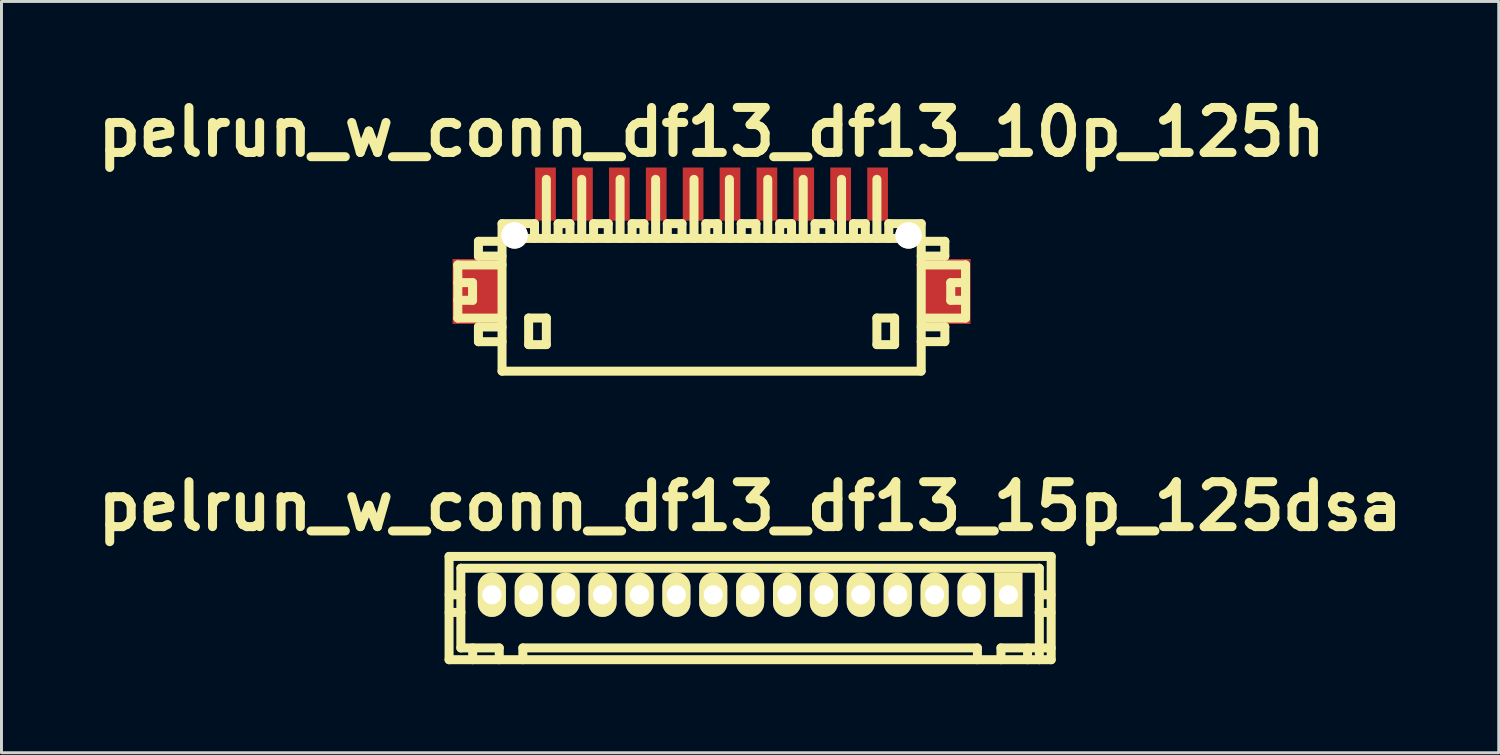
<source format=kicad_pcb>
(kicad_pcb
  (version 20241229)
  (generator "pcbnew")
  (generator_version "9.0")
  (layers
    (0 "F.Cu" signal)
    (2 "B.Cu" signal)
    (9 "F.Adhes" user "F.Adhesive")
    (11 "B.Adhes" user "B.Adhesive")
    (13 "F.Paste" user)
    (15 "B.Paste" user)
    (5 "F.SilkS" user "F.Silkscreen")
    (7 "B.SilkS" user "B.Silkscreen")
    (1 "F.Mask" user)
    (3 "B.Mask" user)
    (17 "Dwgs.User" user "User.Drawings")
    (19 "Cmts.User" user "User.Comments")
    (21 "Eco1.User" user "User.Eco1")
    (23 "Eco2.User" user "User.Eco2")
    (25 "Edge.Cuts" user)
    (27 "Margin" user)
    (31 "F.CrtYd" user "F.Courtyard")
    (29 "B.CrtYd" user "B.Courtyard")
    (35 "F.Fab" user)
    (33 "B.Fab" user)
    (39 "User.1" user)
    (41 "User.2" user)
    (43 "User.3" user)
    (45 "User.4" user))
  (footprint "pelrun_w_conn_df13_df13_10p_125h"
    (layer "F.Cu")
    (at 21.06 7.027)
    (property "Reference" "pelrun_w_conn_df13_df13_10p_125h" (at 0 -5.601 0) (layer "F.SilkS") (effects (font (size 1.524 1.524) (thickness 0.305))))
    (attr through_hole)
    (fp_line (start -8.598 -1.1) (end -8.598 0.701) (stroke (width 0.305) (type solid)) (layer "F.SilkS"))
    (fp_line (start -8.598 0.701) (end -7.099 0.701) (stroke (width 0.305) (type solid)) (layer "F.SilkS"))
    (fp_line (start -8.098 -0.5) (end -8.598 -0.5) (stroke (width 0.305) (type solid)) (layer "F.SilkS"))
    (fp_line (start -8.098 0.099) (end -8.598 0.099) (stroke (width 0.305) (type solid)) (layer "F.SilkS"))
    (fp_line (start -8.098 0.099) (end -8.098 -0.5) (stroke (width 0.305) (type solid)) (layer "F.SilkS"))
    (fp_line (start -7.899 -1.9) (end -7.899 -1.4) (stroke (width 0.305) (type solid)) (layer "F.SilkS"))
    (fp_line (start -7.899 -1.9) (end -7.099 -1.9) (stroke (width 0.305) (type solid)) (layer "F.SilkS"))
    (fp_line (start -7.899 1.001) (end -7.899 1.501) (stroke (width 0.305) (type solid)) (layer "F.SilkS"))
    (fp_line (start -7.899 1.501) (end -7.099 1.501) (stroke (width 0.305) (type solid)) (layer "F.SilkS"))
    (fp_line (start -7.099 -1.999) (end 7.099 -1.999) (stroke (width 0.305) (type solid)) (layer "F.SilkS"))
    (fp_line (start -7.099 -1.4) (end -7.899 -1.4) (stroke (width 0.305) (type solid)) (layer "F.SilkS"))
    (fp_line (start -7.099 -1.1) (end -8.598 -1.1) (stroke (width 0.305) (type solid)) (layer "F.SilkS"))
    (fp_line (start -7.099 1.001) (end -7.899 1.001) (stroke (width 0.305) (type solid)) (layer "F.SilkS"))
    (fp_line (start -7.099 2.499) (end -7.099 -2.499) (stroke (width 0.305) (type solid)) (layer "F.SilkS"))
    (fp_line (start -7.099 2.499) (end 7.099 2.499) (stroke (width 0.305) (type solid)) (layer "F.SilkS"))
    (fp_line (start -6.198 0.699) (end -6.198 1.6) (stroke (width 0.305) (type solid)) (layer "F.SilkS"))
    (fp_line (start -6.198 1.6) (end -5.598 1.6) (stroke (width 0.305) (type solid)) (layer "F.SilkS"))
    (fp_line (start -5.999 -2.499) (end -7.099 -2.499) (stroke (width 0.305) (type solid)) (layer "F.SilkS"))
    (fp_line (start -5.999 -2.499) (end -5.999 -1.999) (stroke (width 0.305) (type solid)) (layer "F.SilkS"))
    (fp_line (start -5.598 -4) (end -5.598 -1.999) (stroke (width 0.305) (type solid)) (layer "F.SilkS"))
    (fp_line (start -5.598 0.699) (end -6.198 0.699) (stroke (width 0.305) (type solid)) (layer "F.SilkS"))
    (fp_line (start -5.598 1.6) (end -5.598 0.699) (stroke (width 0.305) (type solid)) (layer "F.SilkS"))
    (fp_line (start -5.199 -2.499) (end -5.199 -1.999) (stroke (width 0.305) (type solid)) (layer "F.SilkS"))
    (fp_line (start -4.798 -2.499) (end -5.199 -2.499) (stroke (width 0.305) (type solid)) (layer "F.SilkS"))
    (fp_line (start -4.798 -2.499) (end -4.798 -1.999) (stroke (width 0.305) (type solid)) (layer "F.SilkS"))
    (fp_line (start -4.399 -1.999) (end -4.399 -4) (stroke (width 0.305) (type solid)) (layer "F.SilkS"))
    (fp_line (start -4 -2.499) (end -3.5 -2.499) (stroke (width 0.305) (type solid)) (layer "F.SilkS"))
    (fp_line (start -3.998 -1.999) (end -3.998 -2.499) (stroke (width 0.305) (type solid)) (layer "F.SilkS"))
    (fp_line (start -3.5 -2.499) (end -3.5 -1.999) (stroke (width 0.305) (type solid)) (layer "F.SilkS"))
    (fp_line (start -3.099 -1.999) (end -3.099 -4) (stroke (width 0.305) (type solid)) (layer "F.SilkS"))
    (fp_line (start -2.692 -2.499) (end -2.692 -1.999) (stroke (width 0.305) (type solid)) (layer "F.SilkS"))
    (fp_line (start -2.291 -2.499) (end -2.692 -2.499) (stroke (width 0.305) (type solid)) (layer "F.SilkS"))
    (fp_line (start -2.291 -2.499) (end -2.291 -1.999) (stroke (width 0.305) (type solid)) (layer "F.SilkS"))
    (fp_line (start -1.895 -1.999) (end -1.895 -4) (stroke (width 0.305) (type solid)) (layer "F.SilkS"))
    (fp_line (start -1.501 -2.499) (end -1.001 -2.499) (stroke (width 0.305) (type solid)) (layer "F.SilkS"))
    (fp_line (start -1.499 -1.999) (end -1.499 -2.499) (stroke (width 0.305) (type solid)) (layer "F.SilkS"))
    (fp_line (start -1.001 -2.499) (end -1.001 -1.999) (stroke (width 0.305) (type solid)) (layer "F.SilkS"))
    (fp_line (start -0.594 -1.999) (end -0.594 -4) (stroke (width 0.305) (type solid)) (layer "F.SilkS"))
    (fp_line (start -0.193 -2.499) (end -0.193 -1.999) (stroke (width 0.305) (type solid)) (layer "F.SilkS"))
    (fp_line (start 0.208 -2.499) (end -0.193 -2.499) (stroke (width 0.305) (type solid)) (layer "F.SilkS"))
    (fp_line (start 0.208 -2.499) (end 0.208 -1.999) (stroke (width 0.305) (type solid)) (layer "F.SilkS"))
    (fp_line (start 0.605 -1.999) (end 0.605 -4) (stroke (width 0.305) (type solid)) (layer "F.SilkS"))
    (fp_line (start 1.003 -2.499) (end 1.504 -2.499) (stroke (width 0.305) (type solid)) (layer "F.SilkS"))
    (fp_line (start 1.006 -1.999) (end 1.006 -2.499) (stroke (width 0.305) (type solid)) (layer "F.SilkS"))
    (fp_line (start 1.504 -2.499) (end 1.504 -1.999) (stroke (width 0.305) (type solid)) (layer "F.SilkS"))
    (fp_line (start 1.905 -1.999) (end 1.905 -4) (stroke (width 0.305) (type solid)) (layer "F.SilkS"))
    (fp_line (start 2.309 -2.499) (end 2.309 -1.999) (stroke (width 0.305) (type solid)) (layer "F.SilkS"))
    (fp_line (start 2.71 -2.499) (end 2.309 -2.499) (stroke (width 0.305) (type solid)) (layer "F.SilkS"))
    (fp_line (start 2.71 -2.499) (end 2.71 -1.999) (stroke (width 0.305) (type solid)) (layer "F.SilkS"))
    (fp_line (start 3.106 -1.999) (end 3.106 -4) (stroke (width 0.305) (type solid)) (layer "F.SilkS"))
    (fp_line (start 3.505 -2.499) (end 4.006 -2.499) (stroke (width 0.305) (type solid)) (layer "F.SilkS"))
    (fp_line (start 3.508 -1.999) (end 3.508 -2.499) (stroke (width 0.305) (type solid)) (layer "F.SilkS"))
    (fp_line (start 4.006 -2.499) (end 4.006 -1.999) (stroke (width 0.305) (type solid)) (layer "F.SilkS"))
    (fp_line (start 4.404 -1.999) (end 4.404 -4) (stroke (width 0.305) (type solid)) (layer "F.SilkS"))
    (fp_line (start 4.808 -2.499) (end 4.808 -1.999) (stroke (width 0.305) (type solid)) (layer "F.SilkS"))
    (fp_line (start 5.21 -2.499) (end 4.808 -2.499) (stroke (width 0.305) (type solid)) (layer "F.SilkS"))
    (fp_line (start 5.21 -2.499) (end 5.21 -1.999) (stroke (width 0.305) (type solid)) (layer "F.SilkS"))
    (fp_line (start 5.603 -1.999) (end 5.603 -4) (stroke (width 0.305) (type solid)) (layer "F.SilkS"))
    (fp_line (start 5.603 0.699) (end 6.203 0.699) (stroke (width 0.305) (type solid)) (layer "F.SilkS"))
    (fp_line (start 5.603 1.6) (end 5.603 0.699) (stroke (width 0.305) (type solid)) (layer "F.SilkS"))
    (fp_line (start 6.005 -2.499) (end 6.005 -1.999) (stroke (width 0.305) (type solid)) (layer "F.SilkS"))
    (fp_line (start 6.203 0.699) (end 6.203 1.6) (stroke (width 0.305) (type solid)) (layer "F.SilkS"))
    (fp_line (start 6.203 1.6) (end 5.603 1.6) (stroke (width 0.305) (type solid)) (layer "F.SilkS"))
    (fp_line (start 7.104 -2.499) (end 6.005 -2.499) (stroke (width 0.305) (type solid)) (layer "F.SilkS"))
    (fp_line (start 7.104 -2.499) (end 7.104 2.499) (stroke (width 0.305) (type solid)) (layer "F.SilkS"))
    (fp_line (start 7.104 -1.9) (end 7.904 -1.9) (stroke (width 0.305) (type solid)) (layer "F.SilkS"))
    (fp_line (start 7.104 0.998) (end 7.904 0.998) (stroke (width 0.305) (type solid)) (layer "F.SilkS"))
    (fp_line (start 7.904 -1.9) (end 7.904 -1.4) (stroke (width 0.305) (type solid)) (layer "F.SilkS"))
    (fp_line (start 7.904 -1.4) (end 7.104 -1.4) (stroke (width 0.305) (type solid)) (layer "F.SilkS"))
    (fp_line (start 7.904 0.998) (end 7.904 1.499) (stroke (width 0.305) (type solid)) (layer "F.SilkS"))
    (fp_line (start 7.904 1.499) (end 7.104 1.499) (stroke (width 0.305) (type solid)) (layer "F.SilkS"))
    (fp_line (start 8.105 0.099) (end 8.105 -0.5) (stroke (width 0.305) (type solid)) (layer "F.SilkS"))
    (fp_line (start 8.603 -1.1) (end 7.104 -1.1) (stroke (width 0.305) (type solid)) (layer "F.SilkS"))
    (fp_line (start 8.603 0.701) (end 7.203 0.701) (stroke (width 0.305) (type solid)) (layer "F.SilkS"))
    (fp_line (start 8.606 -1.1) (end 8.606 0.701) (stroke (width 0.305) (type solid)) (layer "F.SilkS"))
    (fp_line (start 8.606 -0.5) (end 8.105 -0.5) (stroke (width 0.305) (type solid)) (layer "F.SilkS"))
    (fp_line (start 8.606 0.099) (end 8.105 0.099) (stroke (width 0.305) (type solid)) (layer "F.SilkS"))
    (pad "" smd rect (at -7.976 -0.201) (size 1.6 2.2) (layers "F.Cu" "F.Mask" "F.Paste"))
    (pad "" np_thru_hole circle (at -6.675 -2.101) (size 0.899 0.899) (drill 0.899) (layers "*.Cu" "*.Mask" "F.SilkS"))
    (pad "" np_thru_hole circle (at 6.675 -2.101) (size 0.899 0.899) (drill 0.899) (layers "*.Cu" "*.Mask" "F.SilkS"))
    (pad "" smd rect (at 7.976 -0.201) (size 1.6 2.2) (layers "F.Cu" "F.Mask" "F.Paste"))
    (pad "1" smd rect (at 5.626 -3.5) (size 0.701 1.801) (layers "F.Cu" "F.Mask" "F.Paste"))
    (pad "2" smd rect (at 4.374 -3.5) (size 0.701 1.801) (layers "F.Cu" "F.Mask" "F.Paste"))
    (pad "3" smd rect (at 3.124 -3.5) (size 0.701 1.801) (layers "F.Cu" "F.Mask" "F.Paste"))
    (pad "4" smd rect (at 1.875 -3.5) (size 0.701 1.801) (layers "F.Cu" "F.Mask" "F.Paste"))
    (pad "5" smd rect (at 0.625 -3.5) (size 0.701 1.801) (layers "F.Cu" "F.Mask" "F.Paste"))
    (pad "6" smd rect (at -0.625 -3.5) (size 0.701 1.801) (layers "F.Cu" "F.Mask" "F.Paste"))
    (pad "7" smd rect (at -1.875 -3.5) (size 0.701 1.801) (layers "F.Cu" "F.Mask" "F.Paste"))
    (pad "8" smd rect (at -3.124 -3.5) (size 0.701 1.801) (layers "F.Cu" "F.Mask" "F.Paste"))
    (pad "9" smd rect (at -4.374 -3.5) (size 0.701 1.801) (layers "F.Cu" "F.Mask" "F.Paste"))
    (pad "10" smd rect (at -5.626 -3.5) (size 0.701 1.801) (layers "F.Cu" "F.Mask" "F.Paste")))
  (footprint "pelrun_w_conn_df13_df13_15p_125dsa"
    (layer "F.Cu")
    (at 22.367 17.103)
    (property "Reference" "pelrun_w_conn_df13_df13_15p_125dsa" (at 0 -2.997 0) (layer "F.SilkS") (effects (font (size 1.524 1.524) (thickness 0.305))))
    (attr through_hole)
    (fp_line (start -10.201 2.2) (end -10.201 -1.3) (stroke (width 0.305) (type solid)) (layer "F.SilkS"))
    (fp_line (start -10.201 2.2) (end 10.201 2.2) (stroke (width 0.305) (type solid)) (layer "F.SilkS"))
    (fp_line (start -9.802 -0.899) (end -9.802 1.801) (stroke (width 0.305) (type solid)) (layer "F.SilkS"))
    (fp_line (start -9.799 -0.899) (end 9.799 -0.899) (stroke (width 0.305) (type solid)) (layer "F.SilkS"))
    (fp_line (start -9.797 0) (end -10.198 0) (stroke (width 0.305) (type solid)) (layer "F.SilkS"))
    (fp_line (start -9.797 0.599) (end -10.198 0.599) (stroke (width 0.305) (type solid)) (layer "F.SilkS"))
    (fp_line (start -9.401 1.801) (end -9.401 2.2) (stroke (width 0.305) (type solid)) (layer "F.SilkS"))
    (fp_line (start -8.801 -0.099) (end -8.801 0.099) (stroke (width 0.305) (type solid)) (layer "F.SilkS"))
    (fp_line (start -8.801 0.099) (end -8.6 0.099) (stroke (width 0.305) (type solid)) (layer "F.SilkS"))
    (fp_line (start -8.6 -0.099) (end -8.801 -0.099) (stroke (width 0.305) (type solid)) (layer "F.SilkS"))
    (fp_line (start -8.6 0.099) (end -8.6 -0.099) (stroke (width 0.305) (type solid)) (layer "F.SilkS"))
    (fp_line (start -8.501 1.801) (end -9.802 1.801) (stroke (width 0.305) (type solid)) (layer "F.SilkS"))
    (fp_line (start -8.501 1.801) (end -8.501 2.2) (stroke (width 0.305) (type solid)) (layer "F.SilkS"))
    (fp_line (start -7.701 2.2) (end -7.701 1.801) (stroke (width 0.305) (type solid)) (layer "F.SilkS"))
    (fp_line (start -7.6 -0.099) (end -7.6 0.099) (stroke (width 0.305) (type solid)) (layer "F.SilkS"))
    (fp_line (start -7.6 0.099) (end -7.399 0.099) (stroke (width 0.305) (type solid)) (layer "F.SilkS"))
    (fp_line (start -7.399 -0.099) (end -7.6 -0.099) (stroke (width 0.305) (type solid)) (layer "F.SilkS"))
    (fp_line (start -7.399 0.099) (end -7.399 -0.099) (stroke (width 0.305) (type solid)) (layer "F.SilkS"))
    (fp_line (start -6.299 -0.099) (end -6.299 0.099) (stroke (width 0.305) (type solid)) (layer "F.SilkS"))
    (fp_line (start -6.299 0.099) (end -6.101 0.099) (stroke (width 0.305) (type solid)) (layer "F.SilkS"))
    (fp_line (start -6.101 -0.099) (end -6.299 -0.099) (stroke (width 0.305) (type solid)) (layer "F.SilkS"))
    (fp_line (start -6.101 0.099) (end -6.101 -0.099) (stroke (width 0.305) (type solid)) (layer "F.SilkS"))
    (fp_line (start -5.1 -0.099) (end -5.1 0.099) (stroke (width 0.305) (type solid)) (layer "F.SilkS"))
    (fp_line (start -5.1 0.099) (end -4.9 0.099) (stroke (width 0.305) (type solid)) (layer "F.SilkS"))
    (fp_line (start -4.9 -0.099) (end -5.1 -0.099) (stroke (width 0.305) (type solid)) (layer "F.SilkS"))
    (fp_line (start -4.9 0.099) (end -4.9 -0.099) (stroke (width 0.305) (type solid)) (layer "F.SilkS"))
    (fp_line (start -3.8 -0.099) (end -3.8 0.099) (stroke (width 0.305) (type solid)) (layer "F.SilkS"))
    (fp_line (start -3.8 0.099) (end -3.599 0.099) (stroke (width 0.305) (type solid)) (layer "F.SilkS"))
    (fp_line (start -3.599 -0.099) (end -3.8 -0.099) (stroke (width 0.305) (type solid)) (layer "F.SilkS"))
    (fp_line (start -3.599 0.099) (end -3.599 -0.099) (stroke (width 0.305) (type solid)) (layer "F.SilkS"))
    (fp_line (start -2.601 -0.099) (end -2.601 0.099) (stroke (width 0.305) (type solid)) (layer "F.SilkS"))
    (fp_line (start -2.601 0.099) (end -2.4 0.099) (stroke (width 0.305) (type solid)) (layer "F.SilkS"))
    (fp_line (start -2.4 -0.099) (end -2.601 -0.099) (stroke (width 0.305) (type solid)) (layer "F.SilkS"))
    (fp_line (start -2.4 0.099) (end -2.4 -0.099) (stroke (width 0.305) (type solid)) (layer "F.SilkS"))
    (fp_line (start -1.3 -0.099) (end -1.3 0.099) (stroke (width 0.305) (type solid)) (layer "F.SilkS"))
    (fp_line (start -1.3 0.099) (end -1.1 0.099) (stroke (width 0.305) (type solid)) (layer "F.SilkS"))
    (fp_line (start -1.1 -0.099) (end -1.3 -0.099) (stroke (width 0.305) (type solid)) (layer "F.SilkS"))
    (fp_line (start -1.1 0.099) (end -1.1 -0.099) (stroke (width 0.305) (type solid)) (layer "F.SilkS"))
    (fp_line (start -0.099 -0.099) (end 0.099 -0.099) (stroke (width 0.305) (type solid)) (layer "F.SilkS"))
    (fp_line (start -0.099 0.099) (end -0.099 -0.099) (stroke (width 0.305) (type solid)) (layer "F.SilkS"))
    (fp_line (start 0.099 -0.099) (end 0.099 0.099) (stroke (width 0.305) (type solid)) (layer "F.SilkS"))
    (fp_line (start 0.099 0.099) (end -0.099 0.099) (stroke (width 0.305) (type solid)) (layer "F.SilkS"))
    (fp_line (start 1.1 -0.099) (end 1.3 -0.099) (stroke (width 0.305) (type solid)) (layer "F.SilkS"))
    (fp_line (start 1.1 0.099) (end 1.1 -0.099) (stroke (width 0.305) (type solid)) (layer "F.SilkS"))
    (fp_line (start 1.3 -0.099) (end 1.3 0.099) (stroke (width 0.305) (type solid)) (layer "F.SilkS"))
    (fp_line (start 1.3 0.099) (end 1.1 0.099) (stroke (width 0.305) (type solid)) (layer "F.SilkS"))
    (fp_line (start 2.4 -0.099) (end 2.4 0.099) (stroke (width 0.305) (type solid)) (layer "F.SilkS"))
    (fp_line (start 2.4 0.099) (end 2.601 0.099) (stroke (width 0.305) (type solid)) (layer "F.SilkS"))
    (fp_line (start 2.601 -0.099) (end 2.4 -0.099) (stroke (width 0.305) (type solid)) (layer "F.SilkS"))
    (fp_line (start 2.601 0.099) (end 2.601 -0.099) (stroke (width 0.305) (type solid)) (layer "F.SilkS"))
    (fp_line (start 3.599 -0.099) (end 3.8 -0.099) (stroke (width 0.305) (type solid)) (layer "F.SilkS"))
    (fp_line (start 3.599 0.099) (end 3.599 -0.099) (stroke (width 0.305) (type solid)) (layer "F.SilkS"))
    (fp_line (start 3.8 -0.099) (end 3.8 0.099) (stroke (width 0.305) (type solid)) (layer "F.SilkS"))
    (fp_line (start 3.8 0.099) (end 3.599 0.099) (stroke (width 0.305) (type solid)) (layer "F.SilkS"))
    (fp_line (start 4.9 -0.099) (end 5.1 -0.099) (stroke (width 0.305) (type solid)) (layer "F.SilkS"))
    (fp_line (start 4.9 0.099) (end 4.9 -0.099) (stroke (width 0.305) (type solid)) (layer "F.SilkS"))
    (fp_line (start 5.1 -0.099) (end 5.1 0.099) (stroke (width 0.305) (type solid)) (layer "F.SilkS"))
    (fp_line (start 5.1 0.099) (end 4.9 0.099) (stroke (width 0.305) (type solid)) (layer "F.SilkS"))
    (fp_line (start 6.101 -0.099) (end 6.299 -0.099) (stroke (width 0.305) (type solid)) (layer "F.SilkS"))
    (fp_line (start 6.101 0.099) (end 6.101 -0.099) (stroke (width 0.305) (type solid)) (layer "F.SilkS"))
    (fp_line (start 6.299 -0.099) (end 6.299 0.099) (stroke (width 0.305) (type solid)) (layer "F.SilkS"))
    (fp_line (start 6.299 0.099) (end 6.101 0.099) (stroke (width 0.305) (type solid)) (layer "F.SilkS"))
    (fp_line (start 7.399 -0.099) (end 7.6 -0.099) (stroke (width 0.305) (type solid)) (layer "F.SilkS"))
    (fp_line (start 7.399 0.099) (end 7.399 -0.099) (stroke (width 0.305) (type solid)) (layer "F.SilkS"))
    (fp_line (start 7.6 -0.099) (end 7.6 0.099) (stroke (width 0.305) (type solid)) (layer "F.SilkS"))
    (fp_line (start 7.6 0.099) (end 7.399 0.099) (stroke (width 0.305) (type solid)) (layer "F.SilkS"))
    (fp_line (start 7.699 1.801) (end -7.699 1.801) (stroke (width 0.305) (type solid)) (layer "F.SilkS"))
    (fp_line (start 7.701 2.2) (end 7.701 1.801) (stroke (width 0.305) (type solid)) (layer "F.SilkS"))
    (fp_line (start 8.499 1.801) (end 8.499 2.2) (stroke (width 0.305) (type solid)) (layer "F.SilkS"))
    (fp_line (start 8.499 1.801) (end 10.201 1.801) (stroke (width 0.305) (type solid)) (layer "F.SilkS"))
    (fp_line (start 8.6 -0.099) (end 8.801 -0.099) (stroke (width 0.305) (type solid)) (layer "F.SilkS"))
    (fp_line (start 8.6 0.099) (end 8.6 -0.099) (stroke (width 0.305) (type solid)) (layer "F.SilkS"))
    (fp_line (start 8.801 -0.099) (end 8.801 0.099) (stroke (width 0.305) (type solid)) (layer "F.SilkS"))
    (fp_line (start 8.801 0.099) (end 8.6 0.099) (stroke (width 0.305) (type solid)) (layer "F.SilkS"))
    (fp_line (start 9.401 1.801) (end 9.401 2.2) (stroke (width 0.305) (type solid)) (layer "F.SilkS"))
    (fp_line (start 9.792 0) (end 10.193 0) (stroke (width 0.305) (type solid)) (layer "F.SilkS"))
    (fp_line (start 9.799 -0.899) (end 9.799 2.2) (stroke (width 0.305) (type solid)) (layer "F.SilkS"))
    (fp_line (start 10.193 0.599) (end 9.792 0.599) (stroke (width 0.305) (type solid)) (layer "F.SilkS"))
    (fp_line (start 10.201 -1.3) (end -10.201 -1.3) (stroke (width 0.305) (type solid)) (layer "F.SilkS"))
    (fp_line (start 10.201 -1.3) (end 10.201 2.2) (stroke (width 0.305) (type solid)) (layer "F.SilkS"))
    (pad "1" thru_hole rect (at 8.75 0) (size 0.95 1.499) (drill 0.648) (layers "*.Cu" "*.Mask" "F.SilkS"))
    (pad "2" thru_hole oval (at 7.501 0) (size 0.95 1.499) (drill 0.648) (layers "*.Cu" "*.Mask" "F.SilkS"))
    (pad "3" thru_hole oval (at 6.251 0) (size 0.95 1.499) (drill 0.648) (layers "*.Cu" "*.Mask" "F.SilkS"))
    (pad "4" thru_hole oval (at 5.001 0) (size 0.95 1.499) (drill 0.648) (layers "*.Cu" "*.Mask" "F.SilkS"))
    (pad "5" thru_hole oval (at 3.749 0) (size 0.95 1.499) (drill 0.648) (layers "*.Cu" "*.Mask" "F.SilkS"))
    (pad "6" thru_hole oval (at 2.499 0) (size 0.95 1.499) (drill 0.648) (layers "*.Cu" "*.Mask" "F.SilkS"))
    (pad "7" thru_hole oval (at 1.25 0) (size 0.95 1.499) (drill 0.648) (layers "*.Cu" "*.Mask" "F.SilkS"))
    (pad "8" thru_hole oval (at 0 0) (size 0.95 1.499) (drill 0.648) (layers "*.Cu" "*.Mask" "F.SilkS"))
    (pad "9" thru_hole oval (at -1.25 0) (size 0.95 1.499) (drill 0.648) (layers "*.Cu" "*.Mask" "F.SilkS"))
    (pad "10" thru_hole oval (at -2.499 0) (size 0.95 1.499) (drill 0.648) (layers "*.Cu" "*.Mask" "F.SilkS"))
    (pad "11" thru_hole oval (at -3.749 0) (size 0.95 1.499) (drill 0.648) (layers "*.Cu" "*.Mask" "F.SilkS"))
    (pad "12" thru_hole oval (at -5.001 0) (size 0.95 1.499) (drill 0.648) (layers "*.Cu" "*.Mask" "F.SilkS"))
    (pad "13" thru_hole oval (at -6.251 0) (size 0.95 1.499) (drill 0.648) (layers "*.Cu" "*.Mask" "F.SilkS"))
    (pad "14" thru_hole oval (at -7.501 0) (size 0.95 1.499) (drill 0.648) (layers "*.Cu" "*.Mask" "F.SilkS"))
    (pad "15" thru_hole oval (at -8.75 0) (size 0.95 1.499) (drill 0.648) (layers "*.Cu" "*.Mask" "F.SilkS")))
  (gr_rect
    (start -3 -3)
    (end 47.733 22.455)
    (stroke (width 0.1) (type default))
    (fill no)
    (layer "Edge.Cuts")))
</source>
